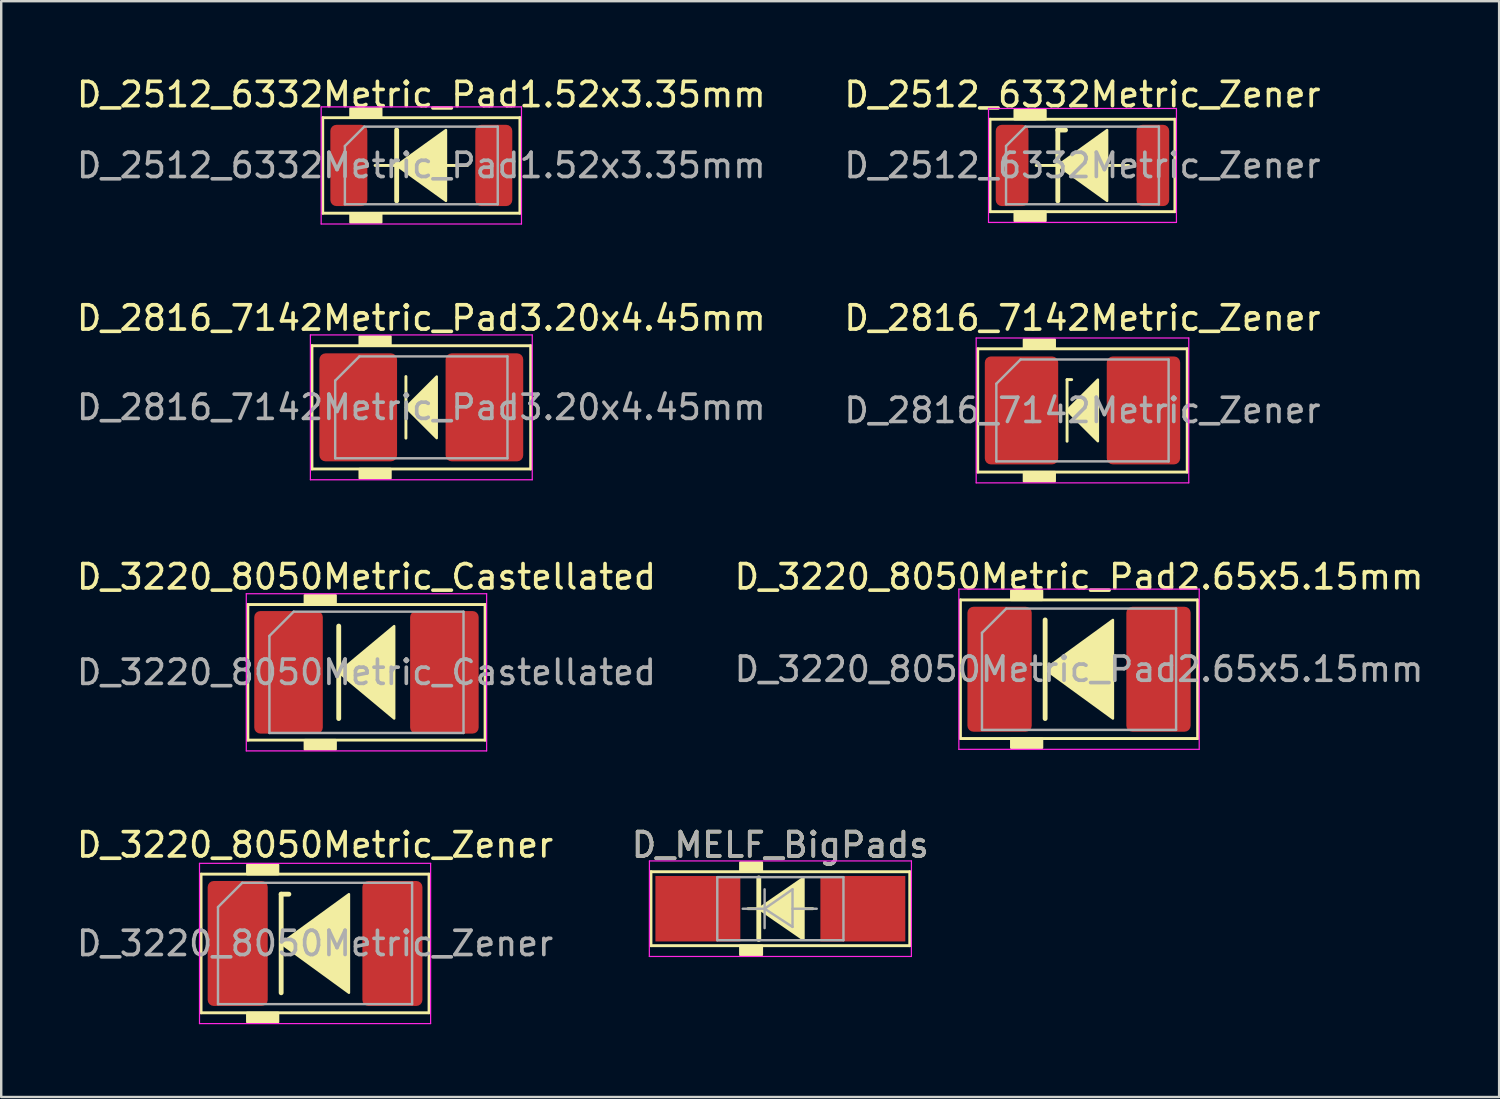
<source format=kicad_pcb>
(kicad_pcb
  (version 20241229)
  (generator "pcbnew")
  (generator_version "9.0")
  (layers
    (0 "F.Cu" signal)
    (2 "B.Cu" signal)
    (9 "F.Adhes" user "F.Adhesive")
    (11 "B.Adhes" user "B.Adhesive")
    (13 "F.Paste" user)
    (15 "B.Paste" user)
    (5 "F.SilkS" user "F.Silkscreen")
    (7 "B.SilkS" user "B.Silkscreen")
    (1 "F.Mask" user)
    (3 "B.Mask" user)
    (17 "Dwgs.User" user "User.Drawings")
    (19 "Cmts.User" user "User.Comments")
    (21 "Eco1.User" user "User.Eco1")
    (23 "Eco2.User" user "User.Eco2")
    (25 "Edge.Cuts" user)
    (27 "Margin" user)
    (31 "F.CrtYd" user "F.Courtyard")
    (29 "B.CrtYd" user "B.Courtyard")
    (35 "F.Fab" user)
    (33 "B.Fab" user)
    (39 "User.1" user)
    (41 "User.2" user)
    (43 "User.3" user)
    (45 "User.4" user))
  (footprint "D_MELF_BigPads"
    (layer "F.Cu")
    (at 29.113 34.403)
    (property "Reference" "D_MELF_BigPads" (at 0 -2.631 0) (layer "F.SilkS") (effects (font (size 1 1) (thickness 0.15))))
    (attr smd)
    (fp_line (start -5.334 -1.524) (end -5.334 1.524) (stroke (width 0.12) (type solid)) (layer "F.SilkS"))
    (fp_line (start -5.334 1.524) (end 5.334 1.524) (stroke (width 0.12) (type solid)) (layer "F.SilkS"))
    (fp_line (start -0.953 0) (end -1.333 0) (stroke (width 0.12) (type solid)) (layer "F.SilkS"))
    (fp_line (start -0.889 -1.27) (end -0.889 1.27) (stroke (width 0.2) (type solid)) (layer "F.SilkS"))
    (fp_line (start 1.333 0) (end 0.953 0) (stroke (width 0.12) (type solid)) (layer "F.SilkS"))
    (fp_line (start 5.334 -1.524) (end -5.334 -1.524) (stroke (width 0.12) (type solid)) (layer "F.SilkS"))
    (fp_line (start 5.334 1.524) (end 5.334 -1.524) (stroke (width 0.12) (type solid)) (layer "F.SilkS"))
    (fp_poly (pts (xy 0.953 1.27) (xy -0.889 0) (xy 0.953 -1.27)) (stroke (width 0.1) (type solid)) (fill yes) (layer "F.SilkS"))
    (fp_poly (pts (xy -0.762 -1.524) (xy -1.651 -1.524) (xy -1.651 -1.905) (xy -0.762 -1.905)) (stroke (width 0.1) (type solid)) (fill yes) (layer "F.SilkS"))
    (fp_poly (pts (xy -0.762 1.905) (xy -1.651 1.905) (xy -1.651 1.524) (xy -0.762 1.524)) (stroke (width 0.1) (type solid)) (fill yes) (layer "F.SilkS"))
    (fp_line (start -5.4 1.968) (end -5.397 -1.968) (stroke (width 0.05) (type solid)) (layer "F.CrtYd"))
    (fp_line (start -5.397 -1.968) (end 5.402 -1.968) (stroke (width 0.05) (type solid)) (layer "F.CrtYd"))
    (fp_line (start 5.4 1.968) (end -5.4 1.968) (stroke (width 0.05) (type solid)) (layer "F.CrtYd"))
    (fp_line (start 5.402 -1.968) (end 5.4 1.968) (stroke (width 0.05) (type solid)) (layer "F.CrtYd"))
    (fp_line (start -2.6 -1.3) (end -2.6 1.3) (stroke (width 0.1) (type solid)) (layer "F.Fab"))
    (fp_line (start -2.6 1.3) (end 2.6 1.3) (stroke (width 0.1) (type solid)) (layer "F.Fab"))
    (fp_line (start -0.649 -0.799) (end -0.649 0.801) (stroke (width 0.1) (type solid)) (layer "F.Fab"))
    (fp_line (start -0.649 0.001) (end -1.551 0.001) (stroke (width 0.1) (type solid)) (layer "F.Fab"))
    (fp_line (start -0.649 0.001) (end 0.501 -0.799) (stroke (width 0.1) (type solid)) (layer "F.Fab"))
    (fp_line (start -0.649 0.001) (end 0.501 0.75) (stroke (width 0.1) (type solid)) (layer "F.Fab"))
    (fp_line (start 0.501 0.001) (end 1.499 0.001) (stroke (width 0.1) (type solid)) (layer "F.Fab"))
    (fp_line (start 0.501 0.75) (end 0.501 -0.799) (stroke (width 0.1) (type solid)) (layer "F.Fab"))
    (fp_line (start 2.6 -1.3) (end -2.6 -1.3) (stroke (width 0.1) (type solid)) (layer "F.Fab"))
    (fp_line (start 2.6 1.3) (end 2.6 -1.3) (stroke (width 0.1) (type solid)) (layer "F.Fab"))
    (fp_text user "${REFERENCE}" (at 0 -2.631 0) (layer "F.Fab") (effects (font (size 1 1) (thickness 0.15))))
    (pad "1" smd rect (at -3.4 0) (size 3.5 2.7) (layers "F.Cu" "F.Mask" "F.Paste"))
    (pad "2" smd rect (at 3.4 0) (size 3.5 2.7) (layers "F.Cu" "F.Mask" "F.Paste")))
  (footprint "D_3220_8050Metric_Castellated"
    (layer "F.Cu")
    (at 12.054 24.66)
    (property "Reference" "D_3220_8050Metric_Castellated" (at 0 -3.937 0) (layer "F.SilkS") (effects (font (size 1 1) (thickness 0.15))))
    (attr smd)
    (fp_line (start -4.889 -2.794) (end 4.889 -2.794) (stroke (width 0.12) (type solid)) (layer "F.SilkS"))
    (fp_line (start -4.889 2.794) (end -4.889 -2.794) (stroke (width 0.12) (type solid)) (layer "F.SilkS"))
    (fp_line (start -1.143 -1.905) (end -1.143 1.905) (stroke (width 0.2) (type solid)) (layer "F.SilkS"))
    (fp_line (start 4.889 -2.794) (end 4.889 2.794) (stroke (width 0.12) (type solid)) (layer "F.SilkS"))
    (fp_line (start 4.889 2.794) (end -4.889 2.794) (stroke (width 0.12) (type solid)) (layer "F.SilkS"))
    (fp_poly (pts (xy 1.143 1.905) (xy -1.143 0) (xy 1.143 -1.905)) (stroke (width 0.1) (type solid)) (fill yes) (layer "F.SilkS"))
    (fp_poly (pts (xy -1.27 -2.794) (xy -2.54 -2.794) (xy -2.54 -3.175) (xy -1.27 -3.175)) (stroke (width 0.1) (type solid)) (fill yes) (layer "F.SilkS"))
    (fp_poly (pts (xy -1.27 3.175) (xy -2.54 3.175) (xy -2.54 2.794) (xy -1.27 2.794)) (stroke (width 0.1) (type solid)) (fill yes) (layer "F.SilkS"))
    (fp_line (start -4.953 -3.239) (end 4.953 -3.239) (stroke (width 0.05) (type solid)) (layer "F.CrtYd"))
    (fp_line (start -4.953 3.239) (end -4.953 -3.239) (stroke (width 0.05) (type solid)) (layer "F.CrtYd"))
    (fp_line (start 4.953 -3.239) (end 4.953 3.239) (stroke (width 0.05) (type solid)) (layer "F.CrtYd"))
    (fp_line (start 4.953 3.239) (end -4.953 3.239) (stroke (width 0.05) (type solid)) (layer "F.CrtYd"))
    (fp_line (start -4 -1.5) (end -4 2.5) (stroke (width 0.1) (type solid)) (layer "F.Fab"))
    (fp_line (start -4 2.5) (end 4 2.5) (stroke (width 0.1) (type solid)) (layer "F.Fab"))
    (fp_line (start -3 -2.5) (end -4 -1.5) (stroke (width 0.1) (type solid)) (layer "F.Fab"))
    (fp_line (start 4 -2.5) (end -3 -2.5) (stroke (width 0.1) (type solid)) (layer "F.Fab"))
    (fp_line (start 4 2.5) (end 4 -2.5) (stroke (width 0.1) (type solid)) (layer "F.Fab"))
    (fp_text user "${REFERENCE}" (at 0 0 0) (layer "F.Fab") (effects (font (size 1 1) (thickness 0.15))))
    (pad "1" smd roundrect (at -3.212 0) (size 2.825 5.05) (layers "F.Cu" "F.Mask" "F.Paste") (roundrect_rratio 0.088))
    (pad "2" smd roundrect (at 3.212 0) (size 2.825 5.05) (layers "F.Cu" "F.Mask" "F.Paste") (roundrect_rratio 0.088)))
  (footprint "D_2512_6332Metric_Pad1.52x3.35mm"
    (layer "F.Cu")
    (at 14.315 3.769)
    (property "Reference" "D_2512_6332Metric_Pad1.52x3.35mm" (at 0 -2.921 0) (layer "F.SilkS") (effects (font (size 1 1) (thickness 0.15))))
    (attr smd)
    (fp_line (start -4.064 -1.968) (end -4.064 1.968) (stroke (width 0.12) (type solid)) (layer "F.SilkS"))
    (fp_line (start -4.064 1.968) (end 4.064 1.968) (stroke (width 0.12) (type solid)) (layer "F.SilkS"))
    (fp_line (start -1.905 0) (end -1.016 0) (stroke (width 0.12) (type solid)) (layer "F.SilkS"))
    (fp_line (start -1.016 -1.46) (end -1.016 1.46) (stroke (width 0.2) (type solid)) (layer "F.SilkS"))
    (fp_line (start 1.016 0) (end 1.905 0) (stroke (width 0.12) (type solid)) (layer "F.SilkS"))
    (fp_line (start 4.064 -1.968) (end -4.064 -1.968) (stroke (width 0.12) (type solid)) (layer "F.SilkS"))
    (fp_line (start 4.064 1.968) (end 4.064 -1.968) (stroke (width 0.12) (type solid)) (layer "F.SilkS"))
    (fp_poly (pts (xy 1.016 1.46) (xy -1.016 0) (xy 1.016 -1.46)) (stroke (width 0.1) (type solid)) (fill yes) (layer "F.SilkS"))
    (fp_poly (pts (xy -1.651 -1.968) (xy -2.921 -1.968) (xy -2.921 -2.349) (xy -1.651 -2.349)) (stroke (width 0.1) (type solid)) (fill yes) (layer "F.SilkS"))
    (fp_poly (pts (xy -1.651 2.349) (xy -2.921 2.349) (xy -2.921 1.968) (xy -1.651 1.968)) (stroke (width 0.1) (type solid)) (fill yes) (layer "F.SilkS"))
    (fp_line (start -4.128 -2.413) (end 4.128 -2.413) (stroke (width 0.05) (type solid)) (layer "F.CrtYd"))
    (fp_line (start -4.128 2.413) (end -4.128 -2.413) (stroke (width 0.05) (type solid)) (layer "F.CrtYd"))
    (fp_line (start 4.128 -2.413) (end 4.128 2.413) (stroke (width 0.05) (type solid)) (layer "F.CrtYd"))
    (fp_line (start 4.128 2.413) (end -4.128 2.413) (stroke (width 0.05) (type solid)) (layer "F.CrtYd"))
    (fp_line (start -3.15 -0.8) (end -3.15 1.6) (stroke (width 0.1) (type solid)) (layer "F.Fab"))
    (fp_line (start -3.15 1.6) (end 3.15 1.6) (stroke (width 0.1) (type solid)) (layer "F.Fab"))
    (fp_line (start -2.35 -1.6) (end -3.15 -0.8) (stroke (width 0.1) (type solid)) (layer "F.Fab"))
    (fp_line (start 3.15 -1.6) (end -2.35 -1.6) (stroke (width 0.1) (type solid)) (layer "F.Fab"))
    (fp_line (start 3.15 1.6) (end 3.15 -1.6) (stroke (width 0.1) (type solid)) (layer "F.Fab"))
    (fp_text user "${REFERENCE}" (at 0 0 0) (layer "F.Fab") (effects (font (size 1 1) (thickness 0.15))))
    (pad "1" smd roundrect (at -2.987 0) (size 1.525 3.35) (layers "F.Cu" "F.Mask" "F.Paste") (roundrect_rratio 0.164))
    (pad "2" smd roundrect (at 2.987 0) (size 1.525 3.35) (layers "F.Cu" "F.Mask" "F.Paste") (roundrect_rratio 0.164)))
  (footprint "D_3220_8050Metric_Zener"
    (layer "F.Cu")
    (at 9.935 35.836)
    (property "Reference" "D_3220_8050Metric_Zener" (at 0 -4.064 0) (layer "F.SilkS") (effects (font (size 1 1) (thickness 0.15))))
    (attr smd)
    (fp_line (start -4.699 -2.857) (end 4.699 -2.857) (stroke (width 0.12) (type solid)) (layer "F.SilkS"))
    (fp_line (start -4.699 2.857) (end -4.699 -2.857) (stroke (width 0.12) (type solid)) (layer "F.SilkS"))
    (fp_line (start -1.397 -2.032) (end -1.397 2.032) (stroke (width 0.2) (type solid)) (layer "F.SilkS"))
    (fp_line (start -1.397 -2.032) (end -1.079 -2.032) (stroke (width 0.2) (type solid)) (layer "F.SilkS"))
    (fp_line (start 4.699 -2.857) (end 4.699 2.857) (stroke (width 0.12) (type solid)) (layer "F.SilkS"))
    (fp_line (start 4.699 2.857) (end -4.699 2.857) (stroke (width 0.12) (type solid)) (layer "F.SilkS"))
    (fp_poly (pts (xy 1.397 2.032) (xy -1.397 0) (xy 1.397 -2.032)) (stroke (width 0.1) (type solid)) (fill yes) (layer "F.SilkS"))
    (fp_poly (pts (xy -1.524 -2.857) (xy -2.794 -2.857) (xy -2.794 -3.239) (xy -1.524 -3.239)) (stroke (width 0.1) (type solid)) (fill yes) (layer "F.SilkS"))
    (fp_poly (pts (xy -1.524 3.239) (xy -2.794 3.239) (xy -2.794 2.857) (xy -1.524 2.857)) (stroke (width 0.1) (type solid)) (fill yes) (layer "F.SilkS"))
    (fp_line (start -4.763 -3.302) (end 4.763 -3.302) (stroke (width 0.05) (type solid)) (layer "F.CrtYd"))
    (fp_line (start -4.763 3.302) (end -4.763 -3.302) (stroke (width 0.05) (type solid)) (layer "F.CrtYd"))
    (fp_line (start 4.763 -3.302) (end 4.763 3.302) (stroke (width 0.05) (type solid)) (layer "F.CrtYd"))
    (fp_line (start 4.763 3.302) (end -4.763 3.302) (stroke (width 0.05) (type solid)) (layer "F.CrtYd"))
    (fp_line (start -4 -1.5) (end -4 2.5) (stroke (width 0.1) (type solid)) (layer "F.Fab"))
    (fp_line (start -4 2.5) (end 4 2.5) (stroke (width 0.1) (type solid)) (layer "F.Fab"))
    (fp_line (start -3 -2.5) (end -4 -1.5) (stroke (width 0.1) (type solid)) (layer "F.Fab"))
    (fp_line (start 4 -2.5) (end -3 -2.5) (stroke (width 0.1) (type solid)) (layer "F.Fab"))
    (fp_line (start 4 2.5) (end 4 -2.5) (stroke (width 0.1) (type solid)) (layer "F.Fab"))
    (fp_text user "${REFERENCE}" (at 0 0 0) (layer "F.Fab") (effects (font (size 1 1) (thickness 0.15))))
    (pad "1" smd roundrect (at -3.188 0) (size 2.475 5.15) (layers "F.Cu" "F.Mask" "F.Paste") (roundrect_rratio 0.101))
    (pad "2" smd roundrect (at 3.188 0) (size 2.475 5.15) (layers "F.Cu" "F.Mask" "F.Paste") (roundrect_rratio 0.101)))
  (footprint "D_2816_7142Metric_Pad3.20x4.45mm"
    (layer "F.Cu")
    (at 14.315 13.739)
    (property "Reference" "D_2816_7142Metric_Pad3.20x4.45mm" (at 0 -3.683 0) (layer "F.SilkS") (effects (font (size 1 1) (thickness 0.15))))
    (attr smd)
    (fp_line (start -4.508 -2.54) (end -4.508 2.54) (stroke (width 0.12) (type solid)) (layer "F.SilkS"))
    (fp_line (start -4.508 2.54) (end 4.508 2.54) (stroke (width 0.12) (type solid)) (layer "F.SilkS"))
    (fp_line (start -0.635 -1.27) (end -0.635 1.27) (stroke (width 0.12) (type solid)) (layer "F.SilkS"))
    (fp_line (start 4.508 -2.54) (end -4.508 -2.54) (stroke (width 0.12) (type solid)) (layer "F.SilkS"))
    (fp_line (start 4.508 2.54) (end 4.508 -2.54) (stroke (width 0.12) (type solid)) (layer "F.SilkS"))
    (fp_poly (pts (xy 0.635 1.27) (xy -0.635 0) (xy 0.635 -1.27)) (stroke (width 0.1) (type solid)) (fill yes) (layer "F.SilkS"))
    (fp_poly (pts (xy -1.27 -2.54) (xy -2.54 -2.54) (xy -2.54 -2.921) (xy -1.27 -2.921)) (stroke (width 0.1) (type solid)) (fill yes) (layer "F.SilkS"))
    (fp_poly (pts (xy -1.27 2.921) (xy -2.54 2.921) (xy -2.54 2.54) (xy -1.27 2.54)) (stroke (width 0.1) (type solid)) (fill yes) (layer "F.SilkS"))
    (fp_line (start -4.572 -2.985) (end 4.572 -2.985) (stroke (width 0.05) (type solid)) (layer "F.CrtYd"))
    (fp_line (start -4.572 2.985) (end -4.572 -2.985) (stroke (width 0.05) (type solid)) (layer "F.CrtYd"))
    (fp_line (start 4.572 -2.985) (end 4.572 2.985) (stroke (width 0.05) (type solid)) (layer "F.CrtYd"))
    (fp_line (start 4.572 2.985) (end -4.572 2.985) (stroke (width 0.05) (type solid)) (layer "F.CrtYd"))
    (fp_line (start -3.55 -1.1) (end -3.55 2.1) (stroke (width 0.1) (type solid)) (layer "F.Fab"))
    (fp_line (start -3.55 2.1) (end 3.55 2.1) (stroke (width 0.1) (type solid)) (layer "F.Fab"))
    (fp_line (start -2.55 -2.1) (end -3.55 -1.1) (stroke (width 0.1) (type solid)) (layer "F.Fab"))
    (fp_line (start 3.55 -2.1) (end -2.55 -2.1) (stroke (width 0.1) (type solid)) (layer "F.Fab"))
    (fp_line (start 3.55 2.1) (end 3.55 -2.1) (stroke (width 0.1) (type solid)) (layer "F.Fab"))
    (fp_text user "${REFERENCE}" (at 0 0 0) (layer "F.Fab") (effects (font (size 1 1) (thickness 0.15))))
    (pad "1" smd roundrect (at -2.6 0) (size 3.2 4.45) (layers "F.Cu" "F.Mask" "F.Paste") (roundrect_rratio 0.078))
    (pad "2" smd roundrect (at 2.6 0) (size 3.2 4.45) (layers "F.Cu" "F.Mask" "F.Paste") (roundrect_rratio 0.078)))
  (footprint "D_2816_7142Metric_Zener"
    (layer "F.Cu")
    (at 41.565 13.866)
    (property "Reference" "D_2816_7142Metric_Zener" (at 0 -3.81 0) (layer "F.SilkS") (effects (font (size 1 1) (thickness 0.15))))
    (attr smd)
    (fp_line (start -4.318 -2.54) (end -4.318 2.54) (stroke (width 0.12) (type solid)) (layer "F.SilkS"))
    (fp_line (start -4.318 2.54) (end 4.318 2.54) (stroke (width 0.12) (type solid)) (layer "F.SilkS"))
    (fp_line (start -0.635 -1.27) (end -0.635 1.27) (stroke (width 0.12) (type solid)) (layer "F.SilkS"))
    (fp_line (start -0.635 -1.27) (end -0.445 -1.27) (stroke (width 0.12) (type solid)) (layer "F.SilkS"))
    (fp_line (start 4.318 -2.54) (end -4.318 -2.54) (stroke (width 0.12) (type solid)) (layer "F.SilkS"))
    (fp_line (start 4.318 2.54) (end 4.318 -2.54) (stroke (width 0.12) (type solid)) (layer "F.SilkS"))
    (fp_poly (pts (xy 0.635 1.27) (xy -0.635 0) (xy 0.635 -1.27)) (stroke (width 0.1) (type solid)) (fill yes) (layer "F.SilkS"))
    (fp_poly (pts (xy -1.143 -2.54) (xy -2.413 -2.54) (xy -2.413 -2.921) (xy -1.143 -2.921)) (stroke (width 0.1) (type solid)) (fill yes) (layer "F.SilkS"))
    (fp_poly (pts (xy -1.143 2.921) (xy -2.413 2.921) (xy -2.413 2.54) (xy -1.143 2.54)) (stroke (width 0.1) (type solid)) (fill yes) (layer "F.SilkS"))
    (fp_line (start -4.381 -2.985) (end 4.381 -2.985) (stroke (width 0.05) (type solid)) (layer "F.CrtYd"))
    (fp_line (start -4.381 2.985) (end -4.381 -2.985) (stroke (width 0.05) (type solid)) (layer "F.CrtYd"))
    (fp_line (start 4.381 -2.985) (end 4.381 2.985) (stroke (width 0.05) (type solid)) (layer "F.CrtYd"))
    (fp_line (start 4.381 2.985) (end -4.381 2.985) (stroke (width 0.05) (type solid)) (layer "F.CrtYd"))
    (fp_line (start -3.55 -1.1) (end -3.55 2.1) (stroke (width 0.1) (type solid)) (layer "F.Fab"))
    (fp_line (start -3.55 2.1) (end 3.55 2.1) (stroke (width 0.1) (type solid)) (layer "F.Fab"))
    (fp_line (start -2.55 -2.1) (end -3.55 -1.1) (stroke (width 0.1) (type solid)) (layer "F.Fab"))
    (fp_line (start 3.55 -2.1) (end -2.55 -2.1) (stroke (width 0.1) (type solid)) (layer "F.Fab"))
    (fp_line (start 3.55 2.1) (end 3.55 -2.1) (stroke (width 0.1) (type solid)) (layer "F.Fab"))
    (fp_text user "${REFERENCE}" (at 0 0 0) (layer "F.Fab") (effects (font (size 1 1) (thickness 0.15))))
    (pad "1" smd roundrect (at -2.513 0) (size 3.025 4.45) (layers "F.Cu" "F.Mask" "F.Paste") (roundrect_rratio 0.083))
    (pad "2" smd roundrect (at 2.513 0) (size 3.025 4.45) (layers "F.Cu" "F.Mask" "F.Paste") (roundrect_rratio 0.083)))
  (footprint "D_2512_6332Metric_Zener"
    (layer "F.Cu")
    (at 41.565 3.769)
    (property "Reference" "D_2512_6332Metric_Zener" (at 0 -2.921 0) (layer "F.SilkS") (effects (font (size 1 1) (thickness 0.15))))
    (attr smd)
    (fp_line (start -3.81 -1.905) (end -3.81 1.905) (stroke (width 0.12) (type solid)) (layer "F.SilkS"))
    (fp_line (start -3.81 1.905) (end 3.81 1.905) (stroke (width 0.12) (type solid)) (layer "F.SilkS"))
    (fp_line (start -1.905 0) (end -1.016 0) (stroke (width 0.12) (type solid)) (layer "F.SilkS"))
    (fp_line (start -1.016 -1.46) (end -1.016 1.46) (stroke (width 0.2) (type solid)) (layer "F.SilkS"))
    (fp_line (start -1.016 -1.46) (end -0.699 -1.46) (stroke (width 0.2) (type solid)) (layer "F.SilkS"))
    (fp_line (start 1.016 0) (end 1.905 0) (stroke (width 0.12) (type solid)) (layer "F.SilkS"))
    (fp_line (start 3.81 -1.905) (end -3.81 -1.905) (stroke (width 0.12) (type solid)) (layer "F.SilkS"))
    (fp_line (start 3.81 1.905) (end 3.81 -1.905) (stroke (width 0.12) (type solid)) (layer "F.SilkS"))
    (fp_poly (pts (xy 1.016 1.46) (xy -1.016 0) (xy 1.016 -1.46)) (stroke (width 0.1) (type solid)) (fill yes) (layer "F.SilkS"))
    (fp_poly (pts (xy -1.524 -1.905) (xy -2.794 -1.905) (xy -2.794 -2.286) (xy -1.524 -2.286)) (stroke (width 0.1) (type solid)) (fill yes) (layer "F.SilkS"))
    (fp_poly (pts (xy -1.524 2.286) (xy -2.794 2.286) (xy -2.794 1.905) (xy -1.524 1.905)) (stroke (width 0.1) (type solid)) (fill yes) (layer "F.SilkS"))
    (fp_line (start -3.873 -2.349) (end 3.873 -2.349) (stroke (width 0.05) (type solid)) (layer "F.CrtYd"))
    (fp_line (start -3.873 2.349) (end -3.873 -2.349) (stroke (width 0.05) (type solid)) (layer "F.CrtYd"))
    (fp_line (start 3.873 -2.349) (end 3.873 2.349) (stroke (width 0.05) (type solid)) (layer "F.CrtYd"))
    (fp_line (start 3.873 2.349) (end -3.873 2.349) (stroke (width 0.05) (type solid)) (layer "F.CrtYd"))
    (fp_line (start -3.15 -0.8) (end -3.15 1.6) (stroke (width 0.1) (type solid)) (layer "F.Fab"))
    (fp_line (start -3.15 1.6) (end 3.15 1.6) (stroke (width 0.1) (type solid)) (layer "F.Fab"))
    (fp_line (start -2.35 -1.6) (end -3.15 -0.8) (stroke (width 0.1) (type solid)) (layer "F.Fab"))
    (fp_line (start 3.15 -1.6) (end -2.35 -1.6) (stroke (width 0.1) (type solid)) (layer "F.Fab"))
    (fp_line (start 3.15 1.6) (end 3.15 -1.6) (stroke (width 0.1) (type solid)) (layer "F.Fab"))
    (fp_text user "${REFERENCE}" (at 0 0 0) (layer "F.Fab") (effects (font (size 1 1) (thickness 0.15))))
    (pad "1" smd roundrect (at -2.9 0) (size 1.35 3.35) (layers "F.Cu" "F.Mask" "F.Paste") (roundrect_rratio 0.185))
    (pad "2" smd roundrect (at 2.9 0) (size 1.35 3.35) (layers "F.Cu" "F.Mask" "F.Paste") (roundrect_rratio 0.185)))
  (footprint "D_3220_8050Metric_Pad2.65x5.15mm"
    (layer "F.Cu")
    (at 41.423 24.533)
    (property "Reference" "D_3220_8050Metric_Pad2.65x5.15mm" (at 0 -3.81 0) (layer "F.SilkS") (effects (font (size 1 1) (thickness 0.15))))
    (attr smd)
    (fp_line (start -4.889 -2.857) (end 4.889 -2.857) (stroke (width 0.12) (type solid)) (layer "F.SilkS"))
    (fp_line (start -4.889 2.857) (end -4.889 -2.857) (stroke (width 0.12) (type solid)) (layer "F.SilkS"))
    (fp_line (start -1.397 -2.032) (end -1.397 2.032) (stroke (width 0.2) (type solid)) (layer "F.SilkS"))
    (fp_line (start 4.889 -2.857) (end 4.889 2.857) (stroke (width 0.12) (type solid)) (layer "F.SilkS"))
    (fp_line (start 4.889 2.857) (end -4.889 2.857) (stroke (width 0.12) (type solid)) (layer "F.SilkS"))
    (fp_poly (pts (xy 1.397 2.032) (xy -1.397 0) (xy 1.397 -2.032)) (stroke (width 0.1) (type solid)) (fill yes) (layer "F.SilkS"))
    (fp_poly (pts (xy -1.524 -2.857) (xy -2.794 -2.857) (xy -2.794 -3.239) (xy -1.524 -3.239)) (stroke (width 0.1) (type solid)) (fill yes) (layer "F.SilkS"))
    (fp_poly (pts (xy -1.524 3.239) (xy -2.794 3.239) (xy -2.794 2.857) (xy -1.524 2.857)) (stroke (width 0.1) (type solid)) (fill yes) (layer "F.SilkS"))
    (fp_line (start -4.953 -3.302) (end 4.953 -3.302) (stroke (width 0.05) (type solid)) (layer "F.CrtYd"))
    (fp_line (start -4.953 3.302) (end -4.953 -3.302) (stroke (width 0.05) (type solid)) (layer "F.CrtYd"))
    (fp_line (start 4.953 -3.302) (end 4.953 3.302) (stroke (width 0.05) (type solid)) (layer "F.CrtYd"))
    (fp_line (start 4.953 3.302) (end -4.953 3.302) (stroke (width 0.05) (type solid)) (layer "F.CrtYd"))
    (fp_line (start -4 -1.5) (end -4 2.5) (stroke (width 0.1) (type solid)) (layer "F.Fab"))
    (fp_line (start -4 2.5) (end 4 2.5) (stroke (width 0.1) (type solid)) (layer "F.Fab"))
    (fp_line (start -3 -2.5) (end -4 -1.5) (stroke (width 0.1) (type solid)) (layer "F.Fab"))
    (fp_line (start 4 -2.5) (end -3 -2.5) (stroke (width 0.1) (type solid)) (layer "F.Fab"))
    (fp_line (start 4 2.5) (end 4 -2.5) (stroke (width 0.1) (type solid)) (layer "F.Fab"))
    (fp_text user "${REFERENCE}" (at 0 0 0) (layer "F.Fab") (effects (font (size 1 1) (thickness 0.15))))
    (pad "1" smd roundrect (at -3.275 0) (size 2.65 5.15) (layers "F.Cu" "F.Mask" "F.Paste") (roundrect_rratio 0.094))
    (pad "2" smd roundrect (at 3.275 0) (size 2.65 5.15) (layers "F.Cu" "F.Mask" "F.Paste") (roundrect_rratio 0.094)))
  (gr_rect
    (start -3 -3)
    (end 58.738 42.163)
    (stroke (width 0.1) (type default))
    (fill no)
    (layer "Edge.Cuts")))
</source>
